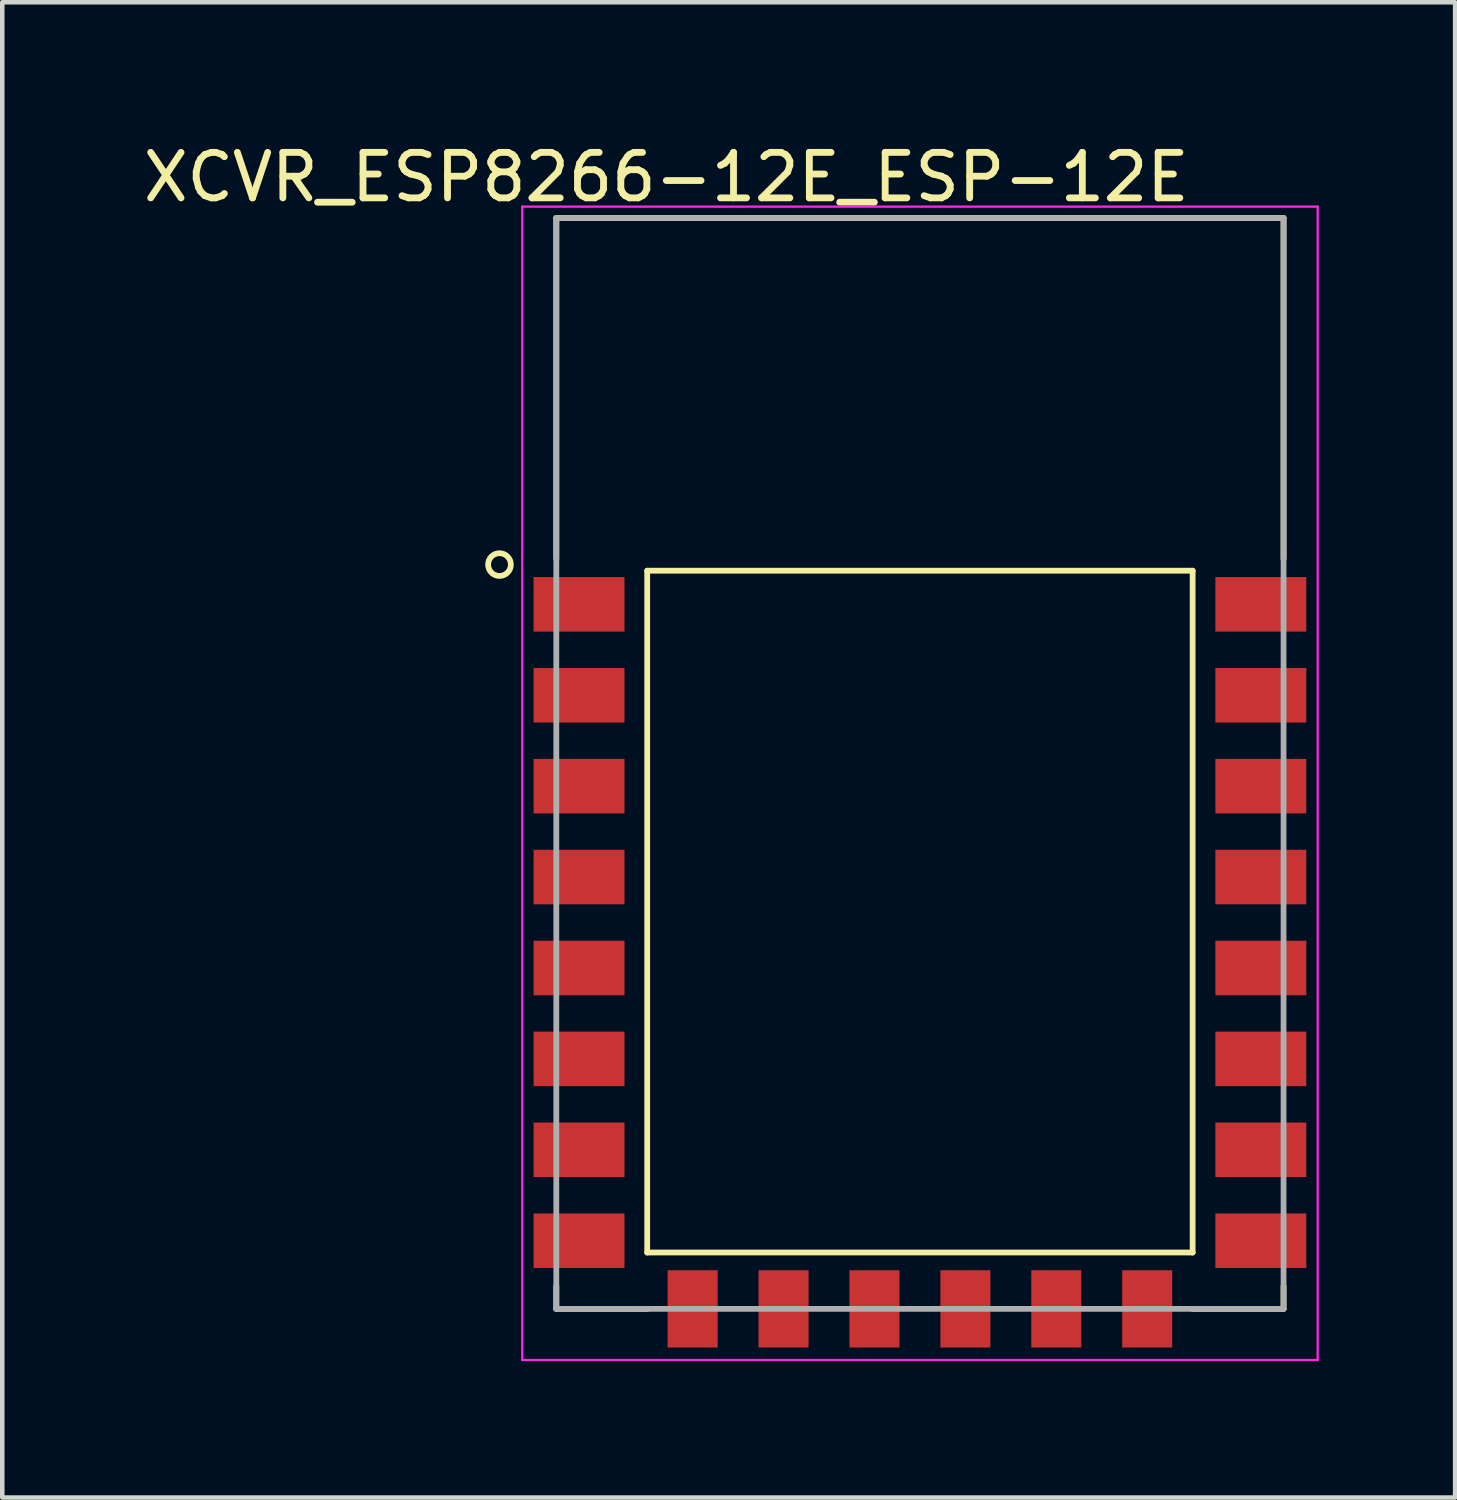
<source format=kicad_pcb>
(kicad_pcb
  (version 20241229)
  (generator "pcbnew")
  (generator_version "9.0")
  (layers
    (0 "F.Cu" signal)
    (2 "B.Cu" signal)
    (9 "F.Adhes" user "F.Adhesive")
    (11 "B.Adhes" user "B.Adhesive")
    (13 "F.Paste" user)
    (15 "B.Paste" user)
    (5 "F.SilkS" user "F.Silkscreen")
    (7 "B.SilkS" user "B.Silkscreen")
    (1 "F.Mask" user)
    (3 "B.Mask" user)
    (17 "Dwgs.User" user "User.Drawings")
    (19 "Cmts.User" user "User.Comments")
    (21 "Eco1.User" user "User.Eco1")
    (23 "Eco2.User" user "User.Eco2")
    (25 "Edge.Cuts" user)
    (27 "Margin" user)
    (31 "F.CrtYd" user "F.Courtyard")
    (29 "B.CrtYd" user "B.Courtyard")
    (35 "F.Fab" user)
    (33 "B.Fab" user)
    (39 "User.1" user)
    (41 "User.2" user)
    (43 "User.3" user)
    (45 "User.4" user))
  (footprint "XCVR_ESP8266-12E_ESP-12E"
    (layer "F.Cu")
    (at 17.189 17.246)
    (property "Reference" "XCVR_ESP8266-12E_ESP-12E" (at -5.579 -16.398 0) (layer "F.SilkS") (effects (font (size 1.001 1.001) (thickness 0.15))))
    (attr through_hole)
    (fp_line (start -8 -15.5) (end 8 -15.5) (stroke (width 0.127) (type solid)) (layer "F.SilkS"))
    (fp_line (start -8 -8) (end -8 -15.5) (stroke (width 0.127) (type solid)) (layer "F.SilkS"))
    (fp_line (start -8 8) (end -8 8.5) (stroke (width 0.127) (type solid)) (layer "F.SilkS"))
    (fp_line (start -8 8.5) (end -6 8.5) (stroke (width 0.127) (type solid)) (layer "F.SilkS"))
    (fp_line (start -6 -7.74) (end 6 -7.74) (stroke (width 0.127) (type solid)) (layer "F.SilkS"))
    (fp_line (start -6 7.26) (end -6 -7.74) (stroke (width 0.127) (type solid)) (layer "F.SilkS"))
    (fp_line (start 6 -7.74) (end 6 7.26) (stroke (width 0.127) (type solid)) (layer "F.SilkS"))
    (fp_line (start 6 7.26) (end -6 7.26) (stroke (width 0.127) (type solid)) (layer "F.SilkS"))
    (fp_line (start 8 -15.5) (end 8 -8) (stroke (width 0.127) (type solid)) (layer "F.SilkS"))
    (fp_line (start 8 8) (end 8 8.5) (stroke (width 0.127) (type solid)) (layer "F.SilkS"))
    (fp_line (start 8 8.5) (end 6 8.5) (stroke (width 0.127) (type solid)) (layer "F.SilkS"))
    (fp_circle (center -9.25 -7.875) (end -9 -7.875) (stroke (width 0.127) (type solid)) (fill no) (layer "F.SilkS"))
    (fp_line (start -8.75 -15.75) (end -8.75 9.625) (stroke (width 0.05) (type solid)) (layer "F.CrtYd"))
    (fp_line (start -8.75 9.625) (end 8.75 9.625) (stroke (width 0.05) (type solid)) (layer "F.CrtYd"))
    (fp_line (start 8.75 -15.75) (end -8.75 -15.75) (stroke (width 0.05) (type solid)) (layer "F.CrtYd"))
    (fp_line (start 8.75 9.625) (end 8.75 -15.75) (stroke (width 0.05) (type solid)) (layer "F.CrtYd"))
    (fp_line (start -8 -15.5) (end 8 -15.5) (stroke (width 0.127) (type solid)) (layer "F.Fab"))
    (fp_line (start -8 8.5) (end -8 -15.5) (stroke (width 0.127) (type solid)) (layer "F.Fab"))
    (fp_line (start 8 -15.5) (end 8 8.5) (stroke (width 0.127) (type solid)) (layer "F.Fab"))
    (fp_line (start 8 8.5) (end -8 8.5) (stroke (width 0.127) (type solid)) (layer "F.Fab"))
    (pad "1" smd rect (at -7.5 -7) (size 2 1.2) (layers "F.Cu" "F.Mask" "F.Paste"))
    (pad "2" smd rect (at -7.5 -5) (size 2 1.2) (layers "F.Cu" "F.Mask" "F.Paste"))
    (pad "3" smd rect (at -7.5 -3) (size 2 1.2) (layers "F.Cu" "F.Mask" "F.Paste"))
    (pad "4" smd rect (at -7.5 -1) (size 2 1.2) (layers "F.Cu" "F.Mask" "F.Paste"))
    (pad "5" smd rect (at -7.5 1) (size 2 1.2) (layers "F.Cu" "F.Mask" "F.Paste"))
    (pad "6" smd rect (at -7.5 3) (size 2 1.2) (layers "F.Cu" "F.Mask" "F.Paste"))
    (pad "7" smd rect (at -7.5 5) (size 2 1.2) (layers "F.Cu" "F.Mask" "F.Paste"))
    (pad "8" smd rect (at -7.5 7) (size 2 1.2) (layers "F.Cu" "F.Mask" "F.Paste"))
    (pad "9" smd rect (at -5 8.5) (size 1.1 1.7) (layers "F.Cu" "F.Mask" "F.Paste"))
    (pad "10" smd rect (at -3 8.5) (size 1.1 1.7) (layers "F.Cu" "F.Mask" "F.Paste"))
    (pad "11" smd rect (at -1 8.5) (size 1.1 1.7) (layers "F.Cu" "F.Mask" "F.Paste"))
    (pad "12" smd rect (at 1 8.5) (size 1.1 1.7) (layers "F.Cu" "F.Mask" "F.Paste"))
    (pad "13" smd rect (at 3 8.5) (size 1.1 1.7) (layers "F.Cu" "F.Mask" "F.Paste"))
    (pad "14" smd rect (at 5 8.5) (size 1.1 1.7) (layers "F.Cu" "F.Mask" "F.Paste"))
    (pad "15" smd rect (at 7.5 7) (size 2 1.2) (layers "F.Cu" "F.Mask" "F.Paste"))
    (pad "16" smd rect (at 7.5 5) (size 2 1.2) (layers "F.Cu" "F.Mask" "F.Paste"))
    (pad "17" smd rect (at 7.5 3) (size 2 1.2) (layers "F.Cu" "F.Mask" "F.Paste"))
    (pad "18" smd rect (at 7.5 1) (size 2 1.2) (layers "F.Cu" "F.Mask" "F.Paste"))
    (pad "19" smd rect (at 7.5 -1) (size 2 1.2) (layers "F.Cu" "F.Mask" "F.Paste"))
    (pad "20" smd rect (at 7.5 -3) (size 2 1.2) (layers "F.Cu" "F.Mask" "F.Paste"))
    (pad "21" smd rect (at 7.5 -5) (size 2 1.2) (layers "F.Cu" "F.Mask" "F.Paste"))
    (pad "22" smd rect (at 7.5 -7) (size 2 1.2) (layers "F.Cu" "F.Mask" "F.Paste"))
    (zone (net_name "") (layer "F.Cu") (hatch full 0.508) (connect_pads) (min_thickness 0.01) (filled_areas_thickness no) (keepout (tracks not_allowed) (vias not_allowed) (pads not_allowed) (copperpour not_allowed) (footprints allowed)) (placement (enabled no)) (fill) (polygon (pts (xy 9.18 1.746) (xy 25.189 1.746) (xy 25.189 8.737) (xy 9.18 8.737))))
    (zone (net_name "") (layer "B.Cu") (hatch full 0.508) (connect_pads) (min_thickness 0.01) (filled_areas_thickness no) (keepout (tracks not_allowed) (vias not_allowed) (pads not_allowed) (copperpour not_allowed) (footprints allowed)) (placement (enabled no)) (fill) (polygon (pts (xy 9.18 1.746) (xy 25.189 1.746) (xy 25.189 8.737) (xy 9.18 8.737)))))
  (gr_rect
    (start -3 -3)
    (end 28.964 29.896)
    (stroke (width 0.1) (type default))
    (fill no)
    (layer "Edge.Cuts")))
</source>
